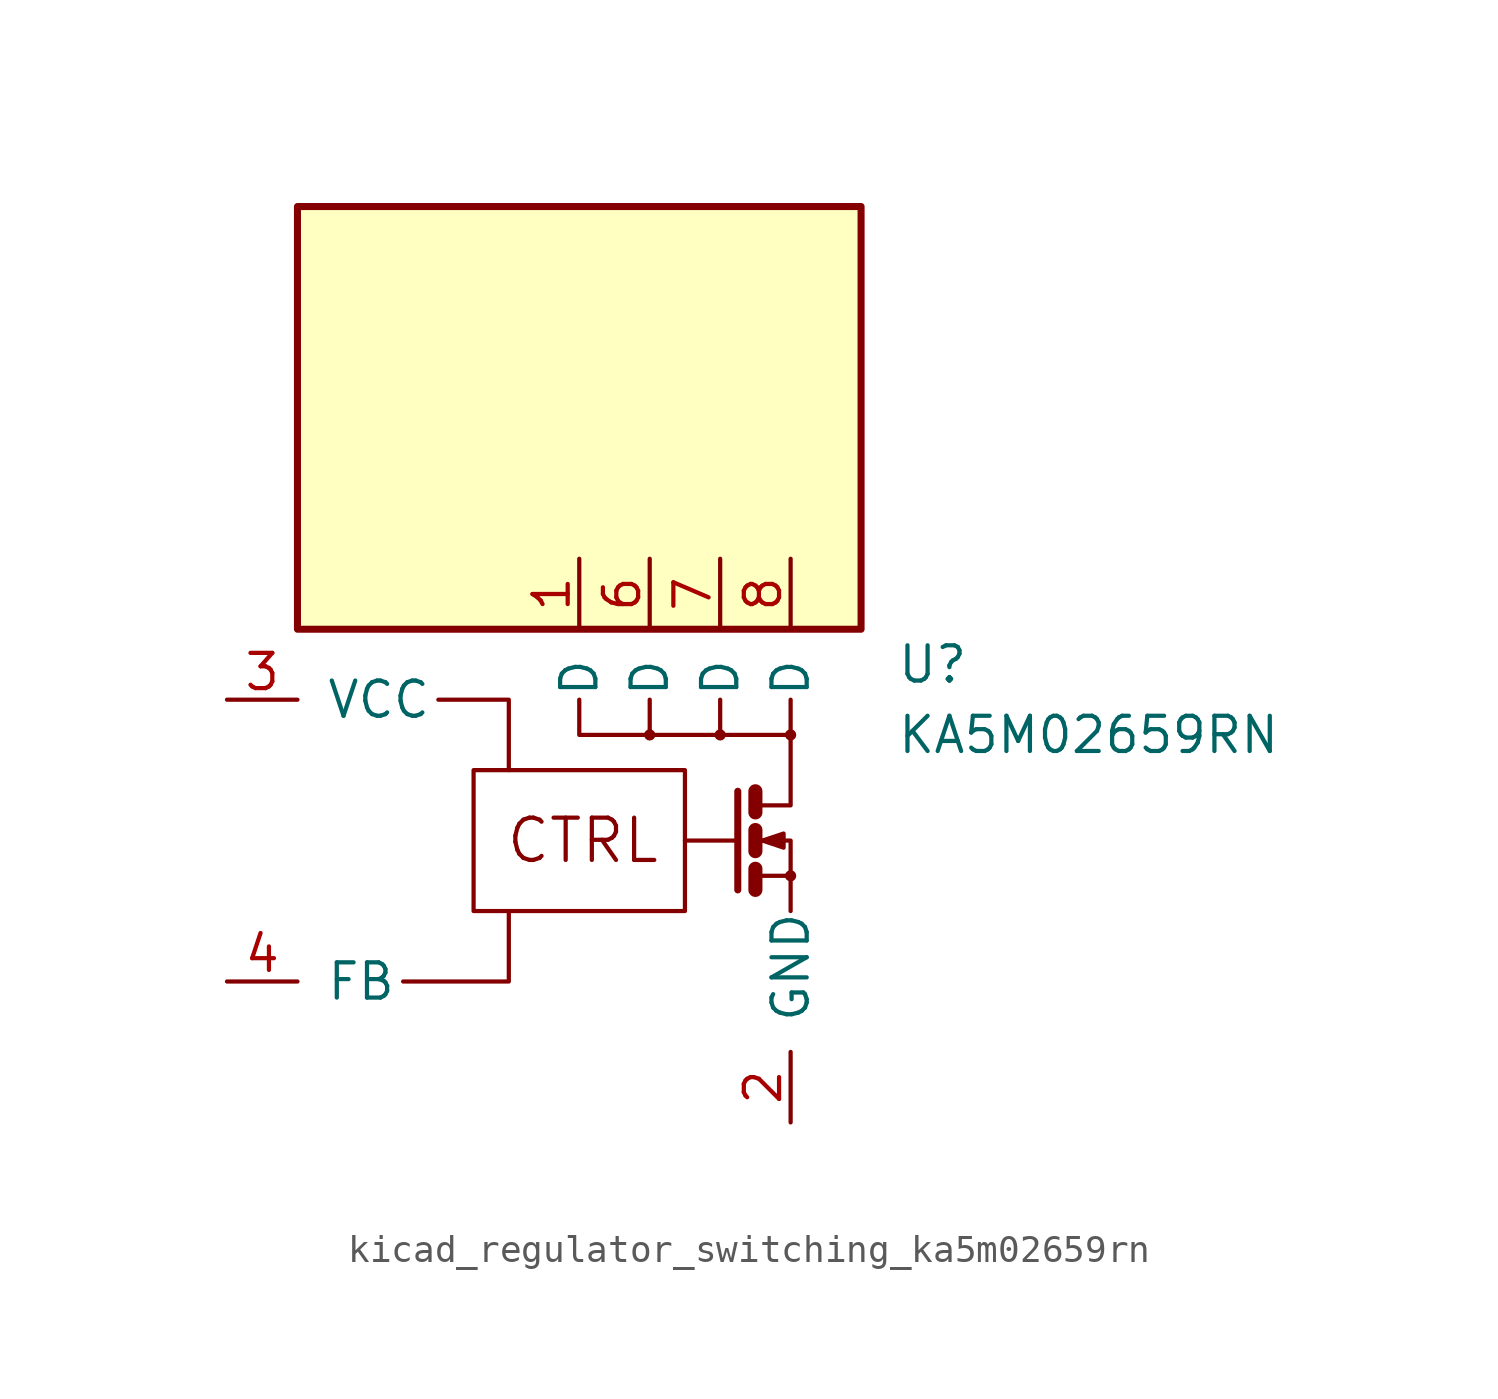
<source format=kicad_sym>
(kicad_symbol_lib
  (version 20220914)
  (generator kicad_symbol_editor)
  (symbol "kicad_regulator_switching_ka5m02659rn"
    (pin_names
      (offset 1.016))
    (property "Reference" "U"
      (at 11.43 6.35 0)
      (effects (font (size 1.27 1.27)) (justify left)))
    (property "Value" "KA5M02659RN"
      (at 11.43 3.81 0)
      (effects (font (size 1.27 1.27)) (justify left)))
    (symbol "kicad_regulator_switching_ka5m02659rn_0_0"
      (rectangle (start -3.81 2.54) (end 3.81 -2.54) (stroke (width 0) (type default)) (fill (type none)))
      (polyline (pts (xy 2.54 5.08) (xy 2.54 3.81)) (stroke (width 0) (type default)) (fill (type none)))
      (polyline (pts (xy 3.81 0) (xy 5.715 0)) (stroke (width 0) (type default)) (fill (type none)))
      (polyline (pts (xy 5.08 5.08) (xy 5.08 3.81)) (stroke (width 0) (type default)) (fill (type none)))
      (polyline (pts (xy 5.715 1.778) (xy 5.715 -1.778)) (stroke (width 0.254) (type default)) (fill (type none)))
      (polyline (pts (xy 6.35 -1.27) (xy 7.62 -1.27)) (stroke (width 0) (type default)) (fill (type none)))
      (polyline (pts (xy 6.35 -1.016) (xy 6.35 -1.778)) (stroke (width 0.508) (type default)) (fill (type none)))
      (polyline (pts (xy 6.35 0.381) (xy 6.35 -0.381)) (stroke (width 0.508) (type default)) (fill (type none)))
      (polyline (pts (xy 6.35 1.778) (xy 6.35 1.016)) (stroke (width 0.508) (type default)) (fill (type none)))
      (polyline (pts (xy 6.35 1.27) (xy 7.62 1.27) (xy 7.62 3.81)) (stroke (width 0) (type default)) (fill (type none)))
      (polyline (pts (xy 7.62 -2.54) (xy 7.62 0) (xy 6.35 0)) (stroke (width 0) (type default)) (fill (type none)))
      (polyline (pts (xy 0 5.08) (xy 0 3.81) (xy 7.62 3.81) (xy 7.62 5.08)) (stroke (width 0) (type default)) (fill (type none)))
      (polyline (pts (xy 6.604 0) (xy 7.366 0.254) (xy 7.366 -0.254) (xy 6.604 0)) (stroke (width 0) (type default)) (fill (type outline)))
      (circle (center 2.54 3.81) (radius 0.127) (stroke (width 0) (type default)) (fill (type none)))
      (circle (center 5.08 3.81) (radius 0.127) (stroke (width 0) (type default)) (fill (type none)))
      (circle (center 7.62 -1.27) (radius 0.127) (stroke (width 0) (type default)) (fill (type none)))
      (rectangle (start 10.16 22.86) (end -10.16 7.62) (stroke (width 0.254) (type default)) (fill (type background)))
      (text "CTRL" (at 0.127 0 0) (effects (font (size 1.524 1.524)))))
    (symbol "kicad_regulator_switching_ka5m02659rn_0_1"
      (polyline (pts (xy -6.35 -5.08) (xy -2.54 -5.08) (xy -2.54 -2.54)) (stroke (width 0) (type default)) (fill (type none)))
      (polyline (pts (xy -5.08 5.08) (xy -2.54 5.08) (xy -2.54 2.54)) (stroke (width 0) (type default)) (fill (type none)))
      (circle (center 7.62 3.81) (radius 0.127) (stroke (width 0) (type default)) (fill (type none))))
    (symbol "kicad_regulator_switching_ka5m02659rn_1_1"
      (pin passive line (at 0 10.16 270) (length 2.54) (name "D" (effects (font (size 1.27 1.27)))) (number "1" (effects (font (size 1.27 1.27)))))
      (pin power_in line (at 7.62 -10.16 90) (length 2.54) (name "GND" (effects (font (size 1.27 1.27)))) (number "2" (effects (font (size 1.27 1.27)))))
      (pin power_in line (at -12.7 5.08 0) (length 2.54) (name "VCC" (effects (font (size 1.27 1.27)))) (number "3" (effects (font (size 1.27 1.27)))))
      (pin passive line (at -12.7 -5.08 0) (length 2.54) (name "FB" (effects (font (size 1.27 1.27)))) (number "4" (effects (font (size 1.27 1.27)))))
      (pin passive line (at 2.54 10.16 270) (length 2.54) (name "D" (effects (font (size 1.27 1.27)))) (number "6" (effects (font (size 1.27 1.27)))))
      (pin passive line (at 5.08 10.16 270) (length 2.54) (name "D" (effects (font (size 1.27 1.27)))) (number "7" (effects (font (size 1.27 1.27)))))
      (pin passive line (at 7.62 10.16 270) (length 2.54) (name "D" (effects (font (size 1.27 1.27)))) (number "8" (effects (font (size 1.27 1.27))))))))
</source>
